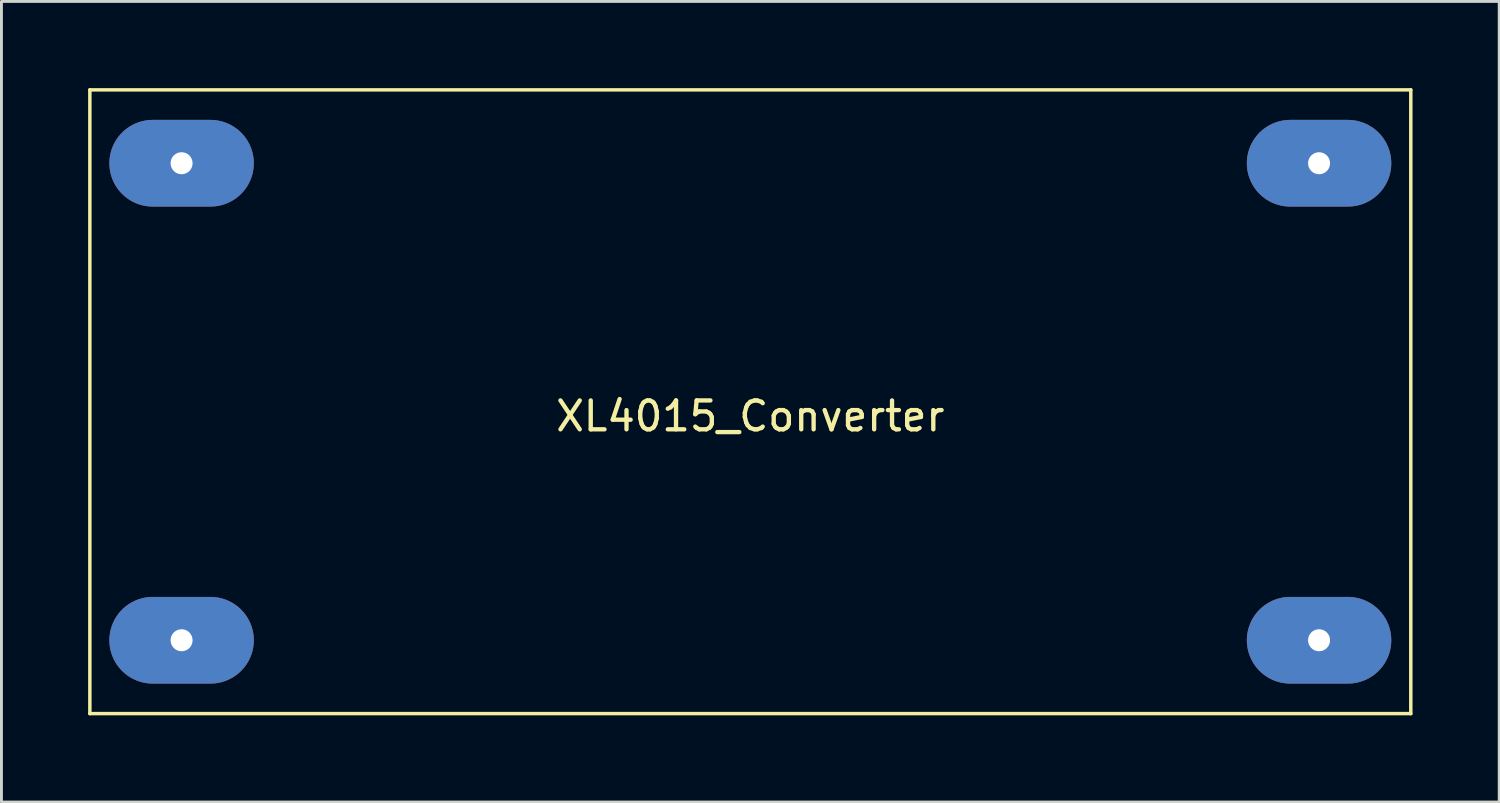
<source format=kicad_pcb>
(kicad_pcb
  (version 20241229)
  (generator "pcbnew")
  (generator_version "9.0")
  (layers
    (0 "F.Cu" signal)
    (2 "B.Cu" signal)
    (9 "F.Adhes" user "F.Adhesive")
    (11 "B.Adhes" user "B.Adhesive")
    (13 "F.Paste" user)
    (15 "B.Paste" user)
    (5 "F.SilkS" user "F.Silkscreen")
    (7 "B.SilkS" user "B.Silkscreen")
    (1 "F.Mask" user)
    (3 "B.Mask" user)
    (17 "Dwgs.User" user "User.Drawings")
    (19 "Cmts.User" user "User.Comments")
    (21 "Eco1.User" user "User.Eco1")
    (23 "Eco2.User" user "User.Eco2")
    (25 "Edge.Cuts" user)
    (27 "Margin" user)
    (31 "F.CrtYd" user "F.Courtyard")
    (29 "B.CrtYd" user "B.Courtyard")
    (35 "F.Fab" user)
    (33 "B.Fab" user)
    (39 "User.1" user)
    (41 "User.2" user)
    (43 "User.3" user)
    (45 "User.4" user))
  (footprint "XL4015_Converter"
    (layer "F.Cu")
    (at 22.92 10.855)
    (property "Reference" "XL4015_Converter" (at 0 0.5 0) (layer "F.SilkS") (effects (font (size 1 1) (thickness 0.15))))
    (attr through_hole)
    (fp_line (start -22.86 -10.795) (end 22.86 -10.795) (stroke (width 0.12) (type solid)) (layer "F.SilkS"))
    (fp_line (start -22.86 10.795) (end -22.86 -10.795) (stroke (width 0.12) (type solid)) (layer "F.SilkS"))
    (fp_line (start 22.86 -10.795) (end 22.86 10.795) (stroke (width 0.12) (type solid)) (layer "F.SilkS"))
    (fp_line (start 22.86 10.795) (end -22.86 10.795) (stroke (width 0.12) (type solid)) (layer "F.SilkS"))
    (pad "1" thru_hole oval (at -19.685 -8.255) (size 5 3) (drill 0.762) (layers "*.Cu" "*.Mask"))
    (pad "2" thru_hole oval (at -19.685 8.255) (size 5 3) (drill 0.762) (layers "*.Cu" "*.Mask"))
    (pad "3" thru_hole oval (at 19.685 -8.255) (size 5 3) (drill 0.762) (layers "*.Cu" "*.Mask"))
    (pad "4" thru_hole oval (at 19.685 8.255) (size 5 3) (drill 0.762) (layers "*.Cu" "*.Mask")))
  (gr_rect
    (start -3 -3)
    (end 48.84 24.71)
    (stroke (width 0.1) (type default))
    (fill no)
    (layer "Edge.Cuts")))
</source>
